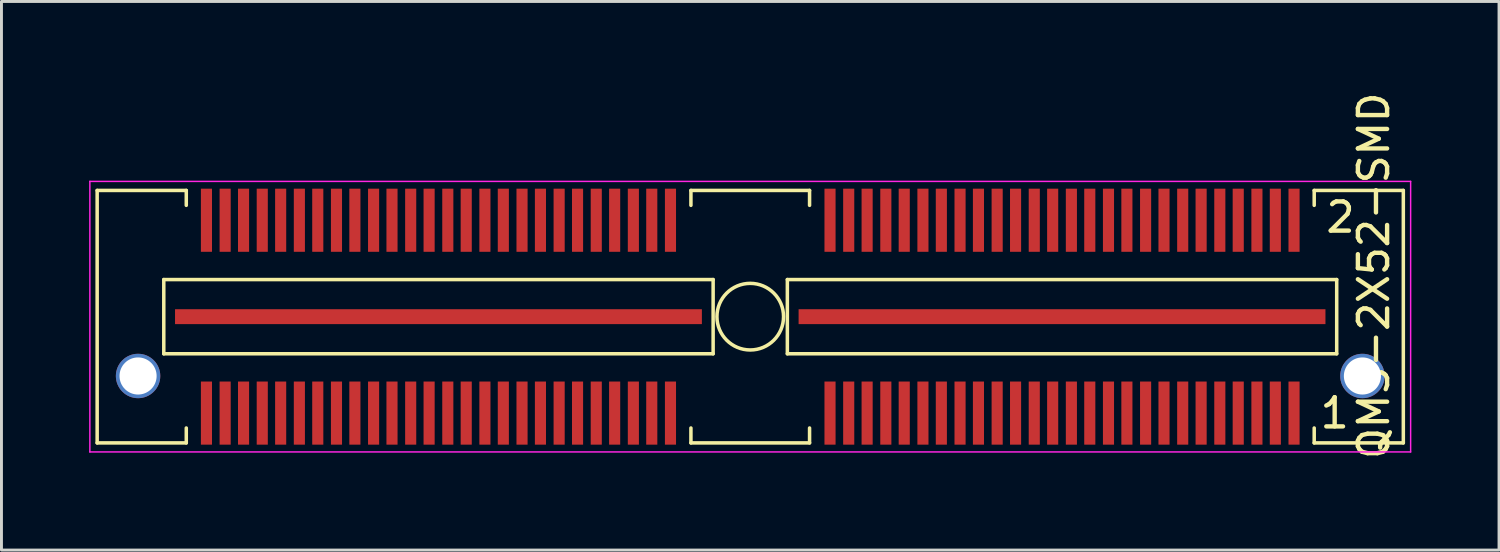
<source format=kicad_pcb>
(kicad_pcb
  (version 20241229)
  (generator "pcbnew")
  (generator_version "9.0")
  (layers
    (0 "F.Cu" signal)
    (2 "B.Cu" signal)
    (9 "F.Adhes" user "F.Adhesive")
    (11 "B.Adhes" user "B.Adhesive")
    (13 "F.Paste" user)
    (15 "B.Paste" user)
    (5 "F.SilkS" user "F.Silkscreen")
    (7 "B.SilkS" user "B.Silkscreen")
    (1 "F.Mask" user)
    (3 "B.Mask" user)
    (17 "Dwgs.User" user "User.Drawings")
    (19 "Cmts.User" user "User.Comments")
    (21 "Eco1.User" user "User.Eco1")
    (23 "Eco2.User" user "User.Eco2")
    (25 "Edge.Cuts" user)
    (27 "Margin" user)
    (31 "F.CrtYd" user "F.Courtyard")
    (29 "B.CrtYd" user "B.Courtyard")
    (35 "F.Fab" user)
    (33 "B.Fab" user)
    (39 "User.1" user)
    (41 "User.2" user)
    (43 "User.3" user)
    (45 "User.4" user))
  (footprint "QMS-2X52-SMD"
    (layer "F.Cu")
    (at 22.625 7.787)
    (property "Reference" "QMS-2X52-SMD" (at 21.34 -1.4 90) (layer "F.SilkS") (effects (font (size 1 1) (thickness 0.15))))
    (attr smd)
    (fp_line (start -22.35 -4.32) (end -19.3 -4.32) (stroke (width 0.12) (type solid)) (layer "F.SilkS"))
    (fp_line (start -22.35 4.32) (end -22.35 -4.32) (stroke (width 0.12) (type solid)) (layer "F.SilkS"))
    (fp_line (start -20.07 -1.27) (end -20.07 1.27) (stroke (width 0.12) (type solid)) (layer "F.SilkS"))
    (fp_line (start -20.07 -1.27) (end -1.27 -1.27) (stroke (width 0.12) (type solid)) (layer "F.SilkS"))
    (fp_line (start -19.3 -4.32) (end -19.3 -3.81) (stroke (width 0.12) (type solid)) (layer "F.SilkS"))
    (fp_line (start -19.3 3.81) (end -19.3 4.32) (stroke (width 0.12) (type solid)) (layer "F.SilkS"))
    (fp_line (start -19.3 4.32) (end -22.35 4.32) (stroke (width 0.12) (type solid)) (layer "F.SilkS"))
    (fp_line (start -2.03 -4.32) (end 2.03 -4.32) (stroke (width 0.12) (type solid)) (layer "F.SilkS"))
    (fp_line (start -2.03 -3.81) (end -2.03 -4.32) (stroke (width 0.12) (type solid)) (layer "F.SilkS"))
    (fp_line (start -2.03 4.32) (end -2.03 3.81) (stroke (width 0.12) (type solid)) (layer "F.SilkS"))
    (fp_line (start -1.27 1.27) (end -20.07 1.27) (stroke (width 0.12) (type solid)) (layer "F.SilkS"))
    (fp_line (start -1.27 1.27) (end -1.27 -1.27) (stroke (width 0.12) (type solid)) (layer "F.SilkS"))
    (fp_line (start 1.27 -1.27) (end 20.07 -1.27) (stroke (width 0.12) (type solid)) (layer "F.SilkS"))
    (fp_line (start 1.27 1.27) (end 1.27 -1.27) (stroke (width 0.12) (type solid)) (layer "F.SilkS"))
    (fp_line (start 2.03 -4.32) (end 2.03 -3.81) (stroke (width 0.12) (type solid)) (layer "F.SilkS"))
    (fp_line (start 2.03 3.81) (end 2.03 4.32) (stroke (width 0.12) (type solid)) (layer "F.SilkS"))
    (fp_line (start 2.03 4.32) (end -2.03 4.32) (stroke (width 0.12) (type solid)) (layer "F.SilkS"))
    (fp_line (start 19.3 -4.32) (end 22.35 -4.32) (stroke (width 0.12) (type solid)) (layer "F.SilkS"))
    (fp_line (start 19.3 -3.81) (end 19.3 -4.32) (stroke (width 0.12) (type solid)) (layer "F.SilkS"))
    (fp_line (start 19.3 4.32) (end 19.3 3.81) (stroke (width 0.12) (type solid)) (layer "F.SilkS"))
    (fp_line (start 20.07 -1.27) (end 20.07 1.27) (stroke (width 0.12) (type solid)) (layer "F.SilkS"))
    (fp_line (start 20.07 1.27) (end 1.27 1.27) (stroke (width 0.12) (type solid)) (layer "F.SilkS"))
    (fp_line (start 22.35 -4.32) (end 22.35 4.32) (stroke (width 0.12) (type solid)) (layer "F.SilkS"))
    (fp_line (start 22.35 4.32) (end 19.3 4.32) (stroke (width 0.12) (type solid)) (layer "F.SilkS"))
    (fp_circle (center 0 0) (end 0 -1.14) (stroke (width 0.12) (type solid)) (fill no) (layer "F.SilkS"))
    (fp_line (start -22.6 -4.63) (end -22.6 4.63) (stroke (width 0.05) (type solid)) (layer "F.CrtYd"))
    (fp_line (start -22.6 -4.63) (end 22.6 -4.63) (stroke (width 0.05) (type solid)) (layer "F.CrtYd"))
    (fp_line (start 22.6 4.63) (end -22.6 4.63) (stroke (width 0.05) (type solid)) (layer "F.CrtYd"))
    (fp_line (start 22.6 4.63) (end 22.6 -4.63) (stroke (width 0.05) (type solid)) (layer "F.CrtYd"))
    (fp_text user "1" (at 20 3.3 0) (layer "F.SilkS") (effects (font (size 1 1) (thickness 0.15))))
    (fp_text user "2" (at 20.2 -3.4 0) (layer "F.SilkS") (effects (font (size 1 1) (thickness 0.15))))
    (pad "" thru_hole circle (at -20.95 2.03) (size 1.52 1.52) (drill 1.27) (layers "*.Cu" "*.Mask"))
    (pad "" thru_hole circle (at 20.95 2.03) (size 1.52 1.52) (drill 1.27) (layers "*.Cu" "*.Mask"))
    (pad "1" smd rect (at 18.61 3.3) (size 0.38 2.16) (layers "F.Cu" "F.Mask" "F.Paste"))
    (pad "2" smd rect (at 18.61 -3.3) (size 0.38 2.16) (layers "F.Cu" "F.Mask" "F.Paste"))
    (pad "3" smd rect (at 17.97 3.3) (size 0.38 2.16) (layers "F.Cu" "F.Mask" "F.Paste"))
    (pad "4" smd rect (at 17.97 -3.3) (size 0.38 2.16) (layers "F.Cu" "F.Mask" "F.Paste"))
    (pad "5" smd rect (at 17.34 3.3) (size 0.38 2.16) (layers "F.Cu" "F.Mask" "F.Paste"))
    (pad "6" smd rect (at 17.34 -3.3) (size 0.38 2.16) (layers "F.Cu" "F.Mask" "F.Paste"))
    (pad "7" smd rect (at 16.7 3.3) (size 0.38 2.16) (layers "F.Cu" "F.Mask" "F.Paste"))
    (pad "8" smd rect (at 16.7 -3.3) (size 0.38 2.16) (layers "F.Cu" "F.Mask" "F.Paste"))
    (pad "9" smd rect (at 16.07 3.3) (size 0.38 2.16) (layers "F.Cu" "F.Mask" "F.Paste"))
    (pad "10" smd rect (at 16.07 -3.3) (size 0.38 2.16) (layers "F.Cu" "F.Mask" "F.Paste"))
    (pad "11" smd rect (at 15.43 3.3) (size 0.38 2.16) (layers "F.Cu" "F.Mask" "F.Paste"))
    (pad "12" smd rect (at 15.43 -3.3) (size 0.38 2.16) (layers "F.Cu" "F.Mask" "F.Paste"))
    (pad "13" smd rect (at 14.8 3.3) (size 0.38 2.16) (layers "F.Cu" "F.Mask" "F.Paste"))
    (pad "14" smd rect (at 14.8 -3.3) (size 0.38 2.16) (layers "F.Cu" "F.Mask" "F.Paste"))
    (pad "15" smd rect (at 14.16 3.3) (size 0.38 2.16) (layers "F.Cu" "F.Mask" "F.Paste"))
    (pad "16" smd rect (at 14.16 -3.3) (size 0.38 2.16) (layers "F.Cu" "F.Mask" "F.Paste"))
    (pad "17" smd rect (at 13.53 3.3) (size 0.38 2.16) (layers "F.Cu" "F.Mask" "F.Paste"))
    (pad "18" smd rect (at 13.53 -3.3) (size 0.38 2.16) (layers "F.Cu" "F.Mask" "F.Paste"))
    (pad "19" smd rect (at 12.89 3.3) (size 0.38 2.16) (layers "F.Cu" "F.Mask" "F.Paste"))
    (pad "20" smd rect (at 12.89 -3.3) (size 0.38 2.16) (layers "F.Cu" "F.Mask" "F.Paste"))
    (pad "21" smd rect (at 12.26 3.3) (size 0.38 2.16) (layers "F.Cu" "F.Mask" "F.Paste"))
    (pad "22" smd rect (at 12.26 -3.3) (size 0.38 2.16) (layers "F.Cu" "F.Mask" "F.Paste"))
    (pad "23" smd rect (at 11.62 3.3) (size 0.38 2.16) (layers "F.Cu" "F.Mask" "F.Paste"))
    (pad "24" smd rect (at 11.62 -3.3) (size 0.38 2.16) (layers "F.Cu" "F.Mask" "F.Paste"))
    (pad "25" smd rect (at 10.99 3.3) (size 0.38 2.16) (layers "F.Cu" "F.Mask" "F.Paste"))
    (pad "26" smd rect (at 10.99 -3.3) (size 0.38 2.16) (layers "F.Cu" "F.Mask" "F.Paste"))
    (pad "27" smd rect (at 10.35 3.3) (size 0.38 2.16) (layers "F.Cu" "F.Mask" "F.Paste"))
    (pad "28" smd rect (at 10.35 -3.3) (size 0.38 2.16) (layers "F.Cu" "F.Mask" "F.Paste"))
    (pad "29" smd rect (at 9.72 3.3) (size 0.38 2.16) (layers "F.Cu" "F.Mask" "F.Paste"))
    (pad "30" smd rect (at 9.72 -3.3) (size 0.38 2.16) (layers "F.Cu" "F.Mask" "F.Paste"))
    (pad "31" smd rect (at 9.08 3.3) (size 0.38 2.16) (layers "F.Cu" "F.Mask" "F.Paste"))
    (pad "32" smd rect (at 9.08 -3.3) (size 0.38 2.16) (layers "F.Cu" "F.Mask" "F.Paste"))
    (pad "33" smd rect (at 8.45 3.3) (size 0.38 2.16) (layers "F.Cu" "F.Mask" "F.Paste"))
    (pad "34" smd rect (at 8.45 -3.3) (size 0.38 2.16) (layers "F.Cu" "F.Mask" "F.Paste"))
    (pad "35" smd rect (at 7.81 3.3) (size 0.38 2.16) (layers "F.Cu" "F.Mask" "F.Paste"))
    (pad "36" smd rect (at 7.81 -3.3) (size 0.38 2.16) (layers "F.Cu" "F.Mask" "F.Paste"))
    (pad "37" smd rect (at 7.18 3.3) (size 0.38 2.16) (layers "F.Cu" "F.Mask" "F.Paste"))
    (pad "38" smd rect (at 7.18 -3.3) (size 0.38 2.16) (layers "F.Cu" "F.Mask" "F.Paste"))
    (pad "39" smd rect (at 6.54 3.3) (size 0.38 2.16) (layers "F.Cu" "F.Mask" "F.Paste"))
    (pad "40" smd rect (at 6.54 -3.3) (size 0.38 2.16) (layers "F.Cu" "F.Mask" "F.Paste"))
    (pad "41" smd rect (at 5.91 3.3) (size 0.38 2.16) (layers "F.Cu" "F.Mask" "F.Paste"))
    (pad "42" smd rect (at 5.91 -3.3) (size 0.38 2.16) (layers "F.Cu" "F.Mask" "F.Paste"))
    (pad "43" smd rect (at 5.27 3.3) (size 0.38 2.16) (layers "F.Cu" "F.Mask" "F.Paste"))
    (pad "44" smd rect (at 5.27 -3.3) (size 0.38 2.16) (layers "F.Cu" "F.Mask" "F.Paste"))
    (pad "45" smd rect (at 4.64 3.3) (size 0.38 2.16) (layers "F.Cu" "F.Mask" "F.Paste"))
    (pad "46" smd rect (at 4.64 -3.3) (size 0.38 2.16) (layers "F.Cu" "F.Mask" "F.Paste"))
    (pad "47" smd rect (at 4 3.3) (size 0.38 2.16) (layers "F.Cu" "F.Mask" "F.Paste"))
    (pad "48" smd rect (at 4 -3.3) (size 0.38 2.16) (layers "F.Cu" "F.Mask" "F.Paste"))
    (pad "49" smd rect (at 3.37 3.3) (size 0.38 2.16) (layers "F.Cu" "F.Mask" "F.Paste"))
    (pad "50" smd rect (at 3.37 -3.3) (size 0.38 2.16) (layers "F.Cu" "F.Mask" "F.Paste"))
    (pad "51" smd rect (at 2.73 3.3) (size 0.38 2.16) (layers "F.Cu" "F.Mask" "F.Paste"))
    (pad "52" smd rect (at 2.73 -3.3) (size 0.38 2.16) (layers "F.Cu" "F.Mask" "F.Paste"))
    (pad "53" smd rect (at -2.73 3.3) (size 0.38 2.16) (layers "F.Cu" "F.Mask" "F.Paste"))
    (pad "54" smd rect (at -2.73 -3.3) (size 0.38 2.16) (layers "F.Cu" "F.Mask" "F.Paste"))
    (pad "55" smd rect (at -3.37 3.3) (size 0.38 2.16) (layers "F.Cu" "F.Mask" "F.Paste"))
    (pad "56" smd rect (at -3.37 -3.3) (size 0.38 2.16) (layers "F.Cu" "F.Mask" "F.Paste"))
    (pad "57" smd rect (at -4 3.3) (size 0.38 2.16) (layers "F.Cu" "F.Mask" "F.Paste"))
    (pad "58" smd rect (at -4 -3.3) (size 0.38 2.16) (layers "F.Cu" "F.Mask" "F.Paste"))
    (pad "59" smd rect (at -4.64 3.3) (size 0.38 2.16) (layers "F.Cu" "F.Mask" "F.Paste"))
    (pad "60" smd rect (at -4.64 -3.3) (size 0.38 2.16) (layers "F.Cu" "F.Mask" "F.Paste"))
    (pad "61" smd rect (at -5.27 3.3) (size 0.38 2.16) (layers "F.Cu" "F.Mask" "F.Paste"))
    (pad "62" smd rect (at -5.27 -3.3) (size 0.38 2.16) (layers "F.Cu" "F.Mask" "F.Paste"))
    (pad "63" smd rect (at -5.91 3.3) (size 0.38 2.16) (layers "F.Cu" "F.Mask" "F.Paste"))
    (pad "64" smd rect (at -5.91 -3.3) (size 0.38 2.16) (layers "F.Cu" "F.Mask" "F.Paste"))
    (pad "65" smd rect (at -6.54 3.3) (size 0.38 2.16) (layers "F.Cu" "F.Mask" "F.Paste"))
    (pad "66" smd rect (at -6.54 -3.3) (size 0.38 2.16) (layers "F.Cu" "F.Mask" "F.Paste"))
    (pad "67" smd rect (at -7.18 3.3) (size 0.38 2.16) (layers "F.Cu" "F.Mask" "F.Paste"))
    (pad "68" smd rect (at -7.18 -3.3) (size 0.38 2.16) (layers "F.Cu" "F.Mask" "F.Paste"))
    (pad "69" smd rect (at -7.81 3.3) (size 0.38 2.16) (layers "F.Cu" "F.Mask" "F.Paste"))
    (pad "70" smd rect (at -7.81 -3.3) (size 0.38 2.16) (layers "F.Cu" "F.Mask" "F.Paste"))
    (pad "71" smd rect (at -8.45 3.3) (size 0.38 2.16) (layers "F.Cu" "F.Mask" "F.Paste"))
    (pad "72" smd rect (at -8.45 -3.3) (size 0.38 2.16) (layers "F.Cu" "F.Mask" "F.Paste"))
    (pad "73" smd rect (at -9.08 3.3) (size 0.38 2.16) (layers "F.Cu" "F.Mask" "F.Paste"))
    (pad "74" smd rect (at -9.08 -3.3) (size 0.38 2.16) (layers "F.Cu" "F.Mask" "F.Paste"))
    (pad "75" smd rect (at -9.72 3.3) (size 0.38 2.16) (layers "F.Cu" "F.Mask" "F.Paste"))
    (pad "76" smd rect (at -9.72 -3.3) (size 0.38 2.16) (layers "F.Cu" "F.Mask" "F.Paste"))
    (pad "77" smd rect (at -10.35 3.3) (size 0.38 2.16) (layers "F.Cu" "F.Mask" "F.Paste"))
    (pad "78" smd rect (at -10.35 -3.3) (size 0.38 2.16) (layers "F.Cu" "F.Mask" "F.Paste"))
    (pad "79" smd rect (at -10.99 3.3) (size 0.38 2.16) (layers "F.Cu" "F.Mask" "F.Paste"))
    (pad "80" smd rect (at -10.99 -3.3) (size 0.38 2.16) (layers "F.Cu" "F.Mask" "F.Paste"))
    (pad "81" smd rect (at -11.62 3.3) (size 0.38 2.16) (layers "F.Cu" "F.Mask" "F.Paste"))
    (pad "82" smd rect (at -11.62 -3.3) (size 0.38 2.16) (layers "F.Cu" "F.Mask" "F.Paste"))
    (pad "83" smd rect (at -12.26 3.3) (size 0.38 2.16) (layers "F.Cu" "F.Mask" "F.Paste"))
    (pad "84" smd rect (at -12.26 -3.3) (size 0.38 2.16) (layers "F.Cu" "F.Mask" "F.Paste"))
    (pad "85" smd rect (at -12.89 3.3) (size 0.38 2.16) (layers "F.Cu" "F.Mask" "F.Paste"))
    (pad "86" smd rect (at -12.89 -3.3) (size 0.38 2.16) (layers "F.Cu" "F.Mask" "F.Paste"))
    (pad "87" smd rect (at -13.53 3.3) (size 0.38 2.16) (layers "F.Cu" "F.Mask" "F.Paste"))
    (pad "88" smd rect (at -13.53 -3.3) (size 0.38 2.16) (layers "F.Cu" "F.Mask" "F.Paste"))
    (pad "89" smd rect (at -14.16 3.3) (size 0.38 2.16) (layers "F.Cu" "F.Mask" "F.Paste"))
    (pad "90" smd rect (at -14.16 -3.3) (size 0.38 2.16) (layers "F.Cu" "F.Mask" "F.Paste"))
    (pad "91" smd rect (at -14.8 3.3) (size 0.38 2.16) (layers "F.Cu" "F.Mask" "F.Paste"))
    (pad "92" smd rect (at -14.8 -3.3) (size 0.38 2.16) (layers "F.Cu" "F.Mask" "F.Paste"))
    (pad "93" smd rect (at -15.43 3.3) (size 0.38 2.16) (layers "F.Cu" "F.Mask" "F.Paste"))
    (pad "94" smd rect (at -15.43 -3.3) (size 0.38 2.16) (layers "F.Cu" "F.Mask" "F.Paste"))
    (pad "95" smd rect (at -16.07 3.3) (size 0.38 2.16) (layers "F.Cu" "F.Mask" "F.Paste"))
    (pad "96" smd rect (at -16.07 -3.3) (size 0.38 2.16) (layers "F.Cu" "F.Mask" "F.Paste"))
    (pad "97" smd rect (at -16.7 3.3) (size 0.38 2.16) (layers "F.Cu" "F.Mask" "F.Paste"))
    (pad "98" smd rect (at -16.7 -3.3) (size 0.38 2.16) (layers "F.Cu" "F.Mask" "F.Paste"))
    (pad "99" smd rect (at -17.34 3.3) (size 0.38 2.16) (layers "F.Cu" "F.Mask" "F.Paste"))
    (pad "100" smd rect (at -17.34 -3.3) (size 0.38 2.16) (layers "F.Cu" "F.Mask" "F.Paste"))
    (pad "101" smd rect (at -17.97 3.3) (size 0.38 2.16) (layers "F.Cu" "F.Mask" "F.Paste"))
    (pad "102" smd rect (at -17.97 -3.3) (size 0.38 2.16) (layers "F.Cu" "F.Mask" "F.Paste"))
    (pad "103" smd rect (at -18.61 3.3) (size 0.38 2.16) (layers "F.Cu" "F.Mask" "F.Paste"))
    (pad "104" smd rect (at -18.61 -3.3) (size 0.38 2.16) (layers "F.Cu" "F.Mask" "F.Paste"))
    (pad "105" smd rect (at 10.67 0) (size 18.03 0.51) (layers "F.Cu" "F.Mask" "F.Paste"))
    (pad "106" smd rect (at -10.67 0) (size 18.03 0.51) (layers "F.Cu" "F.Mask" "F.Paste")))
  (gr_rect
    (start -3 -3)
    (end 48.25 15.774)
    (stroke (width 0.1) (type default))
    (fill no)
    (layer "Edge.Cuts")))
</source>
